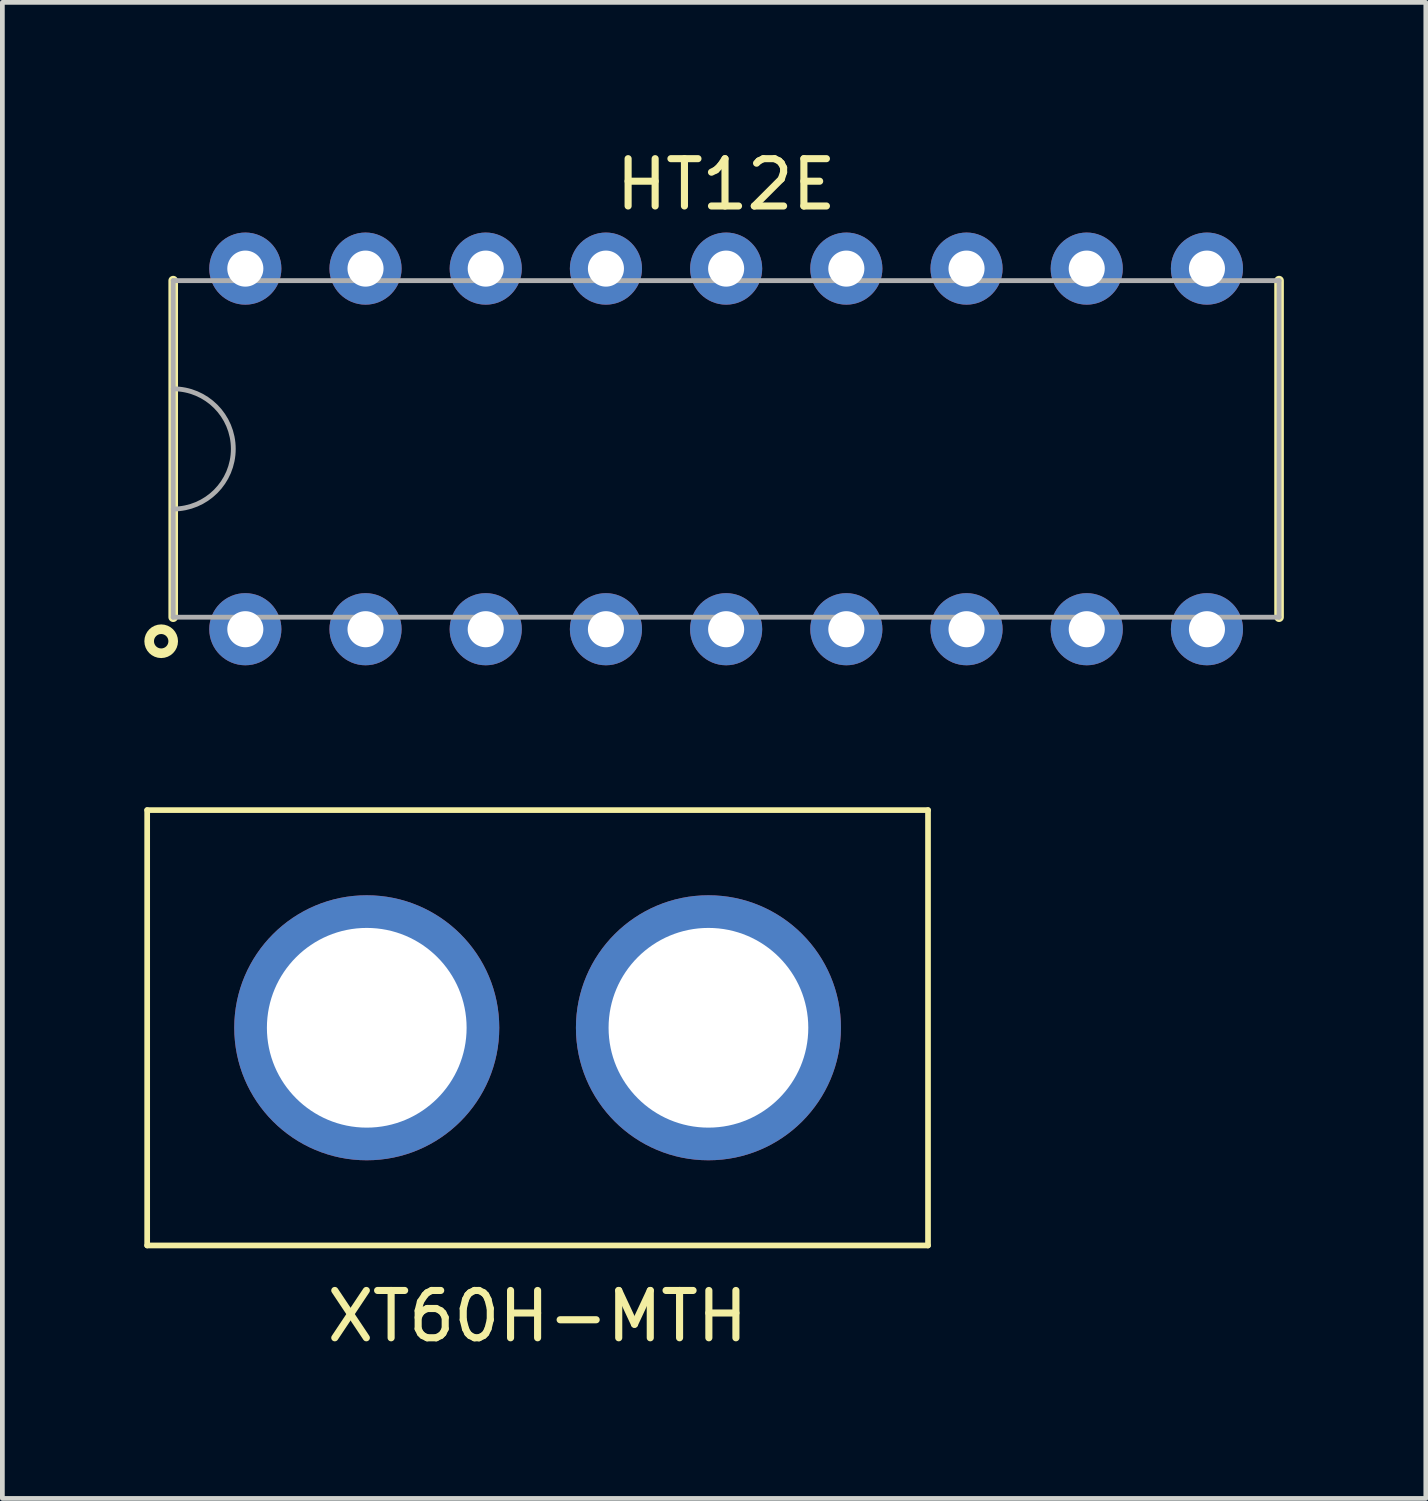
<source format=kicad_pcb>
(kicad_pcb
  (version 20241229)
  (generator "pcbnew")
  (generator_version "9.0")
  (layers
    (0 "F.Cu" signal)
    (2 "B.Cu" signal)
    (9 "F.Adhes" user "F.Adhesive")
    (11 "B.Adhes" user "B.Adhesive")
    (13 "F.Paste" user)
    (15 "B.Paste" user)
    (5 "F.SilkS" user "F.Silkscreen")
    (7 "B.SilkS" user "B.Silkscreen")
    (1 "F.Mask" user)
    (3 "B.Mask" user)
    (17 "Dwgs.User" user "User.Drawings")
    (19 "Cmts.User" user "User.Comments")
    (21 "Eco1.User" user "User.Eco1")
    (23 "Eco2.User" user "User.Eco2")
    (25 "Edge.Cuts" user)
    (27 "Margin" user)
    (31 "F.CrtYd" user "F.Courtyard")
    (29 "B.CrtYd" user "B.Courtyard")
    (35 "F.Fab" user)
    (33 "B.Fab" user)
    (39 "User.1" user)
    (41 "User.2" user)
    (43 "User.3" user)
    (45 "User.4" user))
  (footprint "XT60H-MTH"
    (layer "F.Cu")
    (at 8.31 18.668)
    (property "Reference" "XT60H-MTH" (at 0 6.096 0) (layer "F.SilkS") (effects (font (size 1 1) (thickness 0.15))))
    (attr through_hole)
    (fp_line (start -8.25 -4.6) (end 8.25 -4.6) (stroke (width 0.12) (type solid)) (layer "F.SilkS"))
    (fp_line (start -8.25 4.6) (end -8.25 -4.6) (stroke (width 0.12) (type solid)) (layer "F.SilkS"))
    (fp_line (start -8.25 4.6) (end 8.25 4.6) (stroke (width 0.12) (type solid)) (layer "F.SilkS"))
    (fp_line (start 8.25 4.6) (end 8.25 -4.6) (stroke (width 0.12) (type solid)) (layer "F.SilkS"))
    (pad "1" thru_hole circle (at -3.61 0) (size 5.6 5.6) (drill 4.22) (layers "*.Cu" "*.Mask"))
    (pad "2" thru_hole circle (at 3.61 0) (size 5.6 5.6) (drill 4.22) (layers "*.Cu" "*.Mask")))
  (footprint "HT12E"
    (layer "F.Cu")
    (at 12.294 6.436)
    (property "Reference" "HT12E" (at 0 -5.588 0) (layer "F.SilkS") (effects (font (size 1 1) (thickness 0.15))))
    (attr through_hole)
    (fp_line (start -11.684 -3.556) (end -11.684 3.556) (stroke (width 0.203) (type solid)) (layer "F.SilkS"))
    (fp_line (start 11.684 -3.556) (end 11.684 3.556) (stroke (width 0.203) (type solid)) (layer "F.SilkS"))
    (fp_circle (center -11.938 4.064) (end -11.684 4.064) (stroke (width 0.203) (type solid)) (fill no) (layer "F.SilkS"))
    (fp_line (start -11.684 3.556) (end -11.684 -3.556) (stroke (width 0.102) (type solid)) (layer "F.Fab"))
    (fp_line (start 11.684 -3.556) (end -11.684 -3.556) (stroke (width 0.102) (type solid)) (layer "F.Fab"))
    (fp_line (start 11.684 3.556) (end -11.684 3.556) (stroke (width 0.102) (type solid)) (layer "F.Fab"))
    (fp_line (start 11.684 3.556) (end 11.684 -3.556) (stroke (width 0.102) (type solid)) (layer "F.Fab"))
    (fp_arc (start -11.684 -1.27) (mid -10.414 0) (end -11.684 1.27) (stroke (width 0.1016) (type solid)) (layer "F.Fab"))
    (pad "1" thru_hole circle (at -10.16 3.81) (size 1.524 1.524) (drill 0.762) (layers "*.Cu" "*.Mask"))
    (pad "2" thru_hole circle (at -7.62 3.81) (size 1.524 1.524) (drill 0.762) (layers "*.Cu" "*.Mask"))
    (pad "3" thru_hole circle (at -5.08 3.81) (size 1.524 1.524) (drill 0.762) (layers "*.Cu" "*.Mask"))
    (pad "4" thru_hole circle (at -2.54 3.81) (size 1.524 1.524) (drill 0.762) (layers "*.Cu" "*.Mask"))
    (pad "5" thru_hole circle (at 0 3.81) (size 1.524 1.524) (drill 0.762) (layers "*.Cu" "*.Mask"))
    (pad "6" thru_hole circle (at 2.54 3.81) (size 1.524 1.524) (drill 0.762) (layers "*.Cu" "*.Mask"))
    (pad "7" thru_hole circle (at 5.08 3.81) (size 1.524 1.524) (drill 0.762) (layers "*.Cu" "*.Mask"))
    (pad "8" thru_hole circle (at 7.62 3.81) (size 1.524 1.524) (drill 0.762) (layers "*.Cu" "*.Mask"))
    (pad "9" thru_hole circle (at 10.16 3.81) (size 1.524 1.524) (drill 0.762) (layers "*.Cu" "*.Mask"))
    (pad "10" thru_hole circle (at 10.16 -3.81) (size 1.524 1.524) (drill 0.762) (layers "*.Cu" "*.Mask"))
    (pad "11" thru_hole circle (at 7.62 -3.81) (size 1.524 1.524) (drill 0.762) (layers "*.Cu" "*.Mask"))
    (pad "12" thru_hole circle (at 5.08 -3.81) (size 1.524 1.524) (drill 0.762) (layers "*.Cu" "*.Mask"))
    (pad "13" thru_hole circle (at 2.54 -3.81) (size 1.524 1.524) (drill 0.762) (layers "*.Cu" "*.Mask"))
    (pad "14" thru_hole circle (at 0 -3.81) (size 1.524 1.524) (drill 0.762) (layers "*.Cu" "*.Mask"))
    (pad "15" thru_hole circle (at -2.54 -3.81) (size 1.524 1.524) (drill 0.762) (layers "*.Cu" "*.Mask"))
    (pad "16" thru_hole circle (at -5.08 -3.81) (size 1.524 1.524) (drill 0.762) (layers "*.Cu" "*.Mask"))
    (pad "17" thru_hole circle (at -7.62 -3.81) (size 1.524 1.524) (drill 0.762) (layers "*.Cu" "*.Mask"))
    (pad "18" thru_hole circle (at -10.16 -3.81) (size 1.524 1.524) (drill 0.762) (layers "*.Cu" "*.Mask")))
  (gr_rect
    (start -3 -3)
    (end 27.079 28.613)
    (stroke (width 0.1) (type default))
    (fill no)
    (layer "Edge.Cuts")))
</source>
